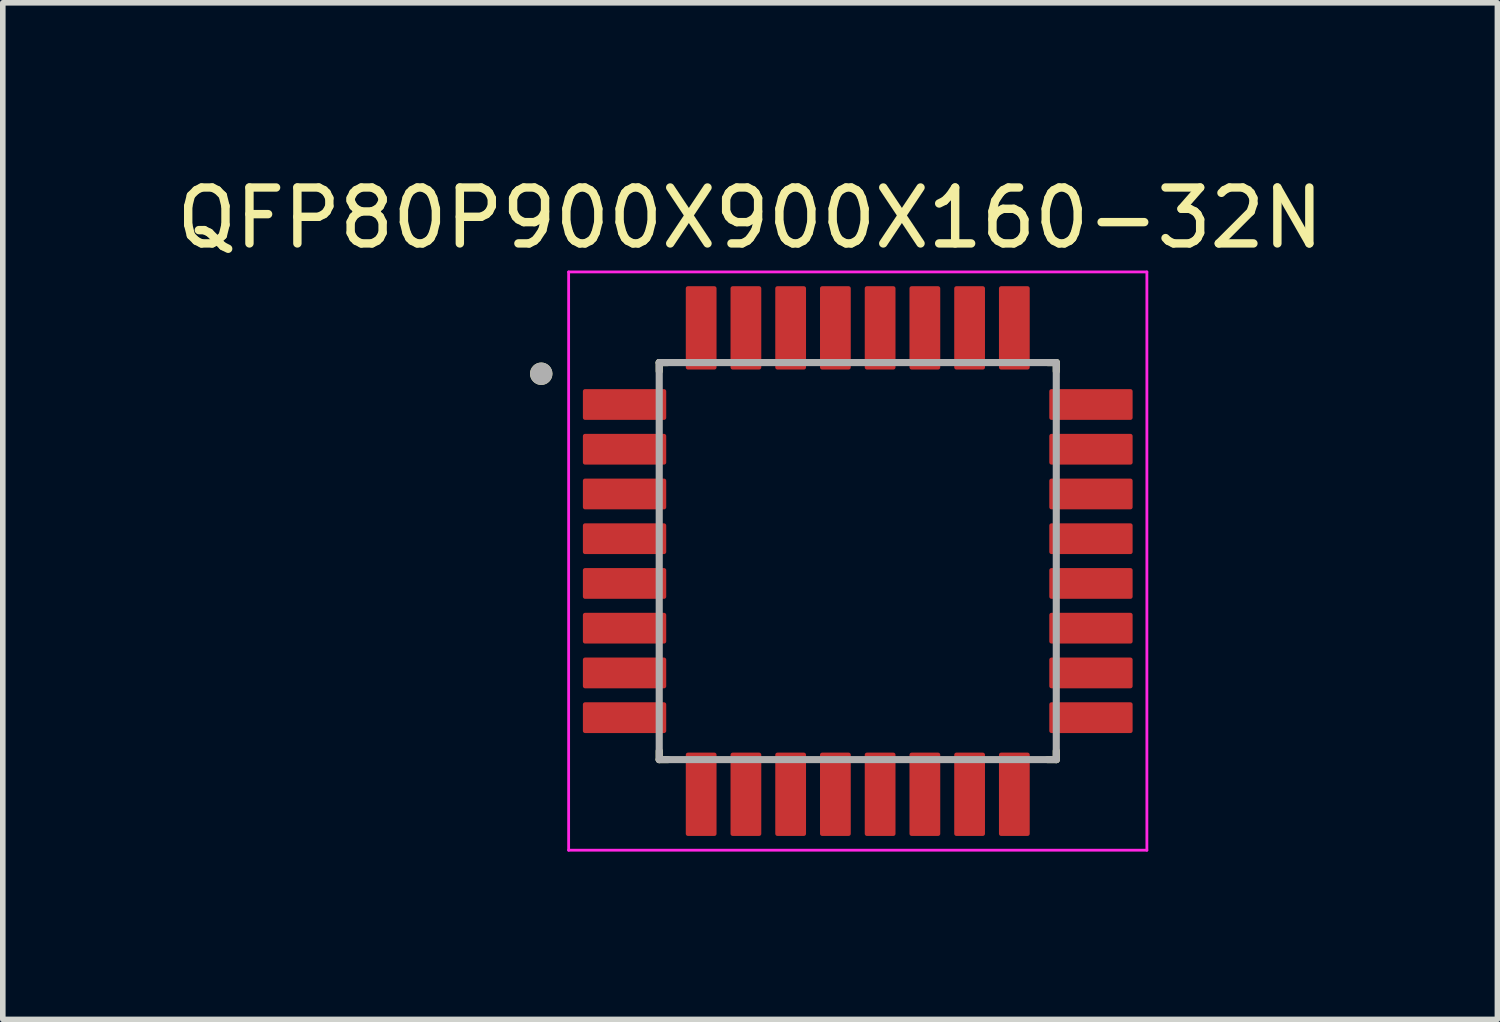
<source format=kicad_pcb>
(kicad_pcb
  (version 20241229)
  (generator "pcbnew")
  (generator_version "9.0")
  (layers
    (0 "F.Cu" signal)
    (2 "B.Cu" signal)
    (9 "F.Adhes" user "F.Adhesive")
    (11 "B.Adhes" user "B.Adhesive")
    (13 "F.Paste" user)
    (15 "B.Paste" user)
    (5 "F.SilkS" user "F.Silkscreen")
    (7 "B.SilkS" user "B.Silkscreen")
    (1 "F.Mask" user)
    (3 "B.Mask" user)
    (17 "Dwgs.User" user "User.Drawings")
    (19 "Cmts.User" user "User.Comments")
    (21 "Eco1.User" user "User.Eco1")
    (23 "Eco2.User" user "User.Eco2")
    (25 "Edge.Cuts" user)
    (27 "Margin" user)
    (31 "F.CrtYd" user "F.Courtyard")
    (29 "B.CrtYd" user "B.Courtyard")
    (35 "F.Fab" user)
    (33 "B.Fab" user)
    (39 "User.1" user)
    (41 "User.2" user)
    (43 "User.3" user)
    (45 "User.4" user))
  (footprint "QFP80P900X900X160-32N"
    (layer "F.Cu")
    (at 12.288 6.983)
    (property "Reference" "QFP80P900X900X160-32N" (at -1.925 -6.135 0) (layer "F.SilkS") (effects (font (size 1 1) (thickness 0.15))))
    (attr smd)
    (fp_line (start -3.55 -3.55) (end -3.55 -3.395) (stroke (width 0.127) (type solid)) (layer "F.SilkS"))
    (fp_line (start -3.55 -3.55) (end -3.395 -3.55) (stroke (width 0.127) (type solid)) (layer "F.SilkS"))
    (fp_line (start -3.55 3.55) (end -3.55 3.395) (stroke (width 0.127) (type solid)) (layer "F.SilkS"))
    (fp_line (start -3.55 3.55) (end -3.395 3.55) (stroke (width 0.127) (type solid)) (layer "F.SilkS"))
    (fp_line (start 3.55 -3.55) (end 3.395 -3.55) (stroke (width 0.127) (type solid)) (layer "F.SilkS"))
    (fp_line (start 3.55 -3.55) (end 3.55 -3.395) (stroke (width 0.127) (type solid)) (layer "F.SilkS"))
    (fp_line (start 3.55 3.55) (end 3.395 3.55) (stroke (width 0.127) (type solid)) (layer "F.SilkS"))
    (fp_line (start 3.55 3.55) (end 3.55 3.395) (stroke (width 0.127) (type solid)) (layer "F.SilkS"))
    (fp_circle (center -5.66 -3.35) (end -5.56 -3.35) (stroke (width 0.2) (type solid)) (fill no) (layer "F.SilkS"))
    (fp_line (start -5.17 -5.17) (end 5.17 -5.17) (stroke (width 0.05) (type solid)) (layer "F.CrtYd"))
    (fp_line (start -5.17 5.17) (end -5.17 -5.17) (stroke (width 0.05) (type solid)) (layer "F.CrtYd"))
    (fp_line (start -5.17 5.17) (end 5.17 5.17) (stroke (width 0.05) (type solid)) (layer "F.CrtYd"))
    (fp_line (start 5.17 5.17) (end 5.17 -5.17) (stroke (width 0.05) (type solid)) (layer "F.CrtYd"))
    (fp_line (start -3.55 3.55) (end -3.55 -3.55) (stroke (width 0.127) (type solid)) (layer "F.Fab"))
    (fp_line (start 3.55 -3.55) (end -3.55 -3.55) (stroke (width 0.127) (type solid)) (layer "F.Fab"))
    (fp_line (start 3.55 3.55) (end -3.55 3.55) (stroke (width 0.127) (type solid)) (layer "F.Fab"))
    (fp_line (start 3.55 3.55) (end 3.55 -3.55) (stroke (width 0.127) (type solid)) (layer "F.Fab"))
    (fp_circle (center -5.66 -3.35) (end -5.56 -3.35) (stroke (width 0.2) (type solid)) (fill no) (layer "F.Fab"))
    (pad "1" smd roundrect (at -4.17 -2.8) (size 1.49 0.55) (layers "F.Cu" "F.Mask" "F.Paste") (roundrect_rratio 0.07))
    (pad "2" smd roundrect (at -4.17 -2) (size 1.49 0.55) (layers "F.Cu" "F.Mask" "F.Paste") (roundrect_rratio 0.07))
    (pad "3" smd roundrect (at -4.17 -1.2) (size 1.49 0.55) (layers "F.Cu" "F.Mask" "F.Paste") (roundrect_rratio 0.07))
    (pad "4" smd roundrect (at -4.17 -0.4) (size 1.49 0.55) (layers "F.Cu" "F.Mask" "F.Paste") (roundrect_rratio 0.07))
    (pad "5" smd roundrect (at -4.17 0.4) (size 1.49 0.55) (layers "F.Cu" "F.Mask" "F.Paste") (roundrect_rratio 0.07))
    (pad "6" smd roundrect (at -4.17 1.2) (size 1.49 0.55) (layers "F.Cu" "F.Mask" "F.Paste") (roundrect_rratio 0.07))
    (pad "7" smd roundrect (at -4.17 2) (size 1.49 0.55) (layers "F.Cu" "F.Mask" "F.Paste") (roundrect_rratio 0.07))
    (pad "8" smd roundrect (at -4.17 2.8) (size 1.49 0.55) (layers "F.Cu" "F.Mask" "F.Paste") (roundrect_rratio 0.07))
    (pad "9" smd roundrect (at -2.8 4.17 90) (size 1.49 0.55) (layers "F.Cu" "F.Mask" "F.Paste") (roundrect_rratio 0.07))
    (pad "10" smd roundrect (at -2 4.17 90) (size 1.49 0.55) (layers "F.Cu" "F.Mask" "F.Paste") (roundrect_rratio 0.07))
    (pad "11" smd roundrect (at -1.2 4.17 90) (size 1.49 0.55) (layers "F.Cu" "F.Mask" "F.Paste") (roundrect_rratio 0.07))
    (pad "12" smd roundrect (at -0.4 4.17 90) (size 1.49 0.55) (layers "F.Cu" "F.Mask" "F.Paste") (roundrect_rratio 0.07))
    (pad "13" smd roundrect (at 0.4 4.17 90) (size 1.49 0.55) (layers "F.Cu" "F.Mask" "F.Paste") (roundrect_rratio 0.07))
    (pad "14" smd roundrect (at 1.2 4.17 90) (size 1.49 0.55) (layers "F.Cu" "F.Mask" "F.Paste") (roundrect_rratio 0.07))
    (pad "15" smd roundrect (at 2 4.17 90) (size 1.49 0.55) (layers "F.Cu" "F.Mask" "F.Paste") (roundrect_rratio 0.07))
    (pad "16" smd roundrect (at 2.8 4.17 90) (size 1.49 0.55) (layers "F.Cu" "F.Mask" "F.Paste") (roundrect_rratio 0.07))
    (pad "17" smd roundrect (at 4.17 2.8) (size 1.49 0.55) (layers "F.Cu" "F.Mask" "F.Paste") (roundrect_rratio 0.07))
    (pad "18" smd roundrect (at 4.17 2) (size 1.49 0.55) (layers "F.Cu" "F.Mask" "F.Paste") (roundrect_rratio 0.07))
    (pad "19" smd roundrect (at 4.17 1.2) (size 1.49 0.55) (layers "F.Cu" "F.Mask" "F.Paste") (roundrect_rratio 0.07))
    (pad "20" smd roundrect (at 4.17 0.4) (size 1.49 0.55) (layers "F.Cu" "F.Mask" "F.Paste") (roundrect_rratio 0.07))
    (pad "21" smd roundrect (at 4.17 -0.4) (size 1.49 0.55) (layers "F.Cu" "F.Mask" "F.Paste") (roundrect_rratio 0.07))
    (pad "22" smd roundrect (at 4.17 -1.2) (size 1.49 0.55) (layers "F.Cu" "F.Mask" "F.Paste") (roundrect_rratio 0.07))
    (pad "23" smd roundrect (at 4.17 -2) (size 1.49 0.55) (layers "F.Cu" "F.Mask" "F.Paste") (roundrect_rratio 0.07))
    (pad "24" smd roundrect (at 4.17 -2.8) (size 1.49 0.55) (layers "F.Cu" "F.Mask" "F.Paste") (roundrect_rratio 0.07))
    (pad "25" smd roundrect (at 2.8 -4.17 90) (size 1.49 0.55) (layers "F.Cu" "F.Mask" "F.Paste") (roundrect_rratio 0.07))
    (pad "26" smd roundrect (at 2 -4.17 90) (size 1.49 0.55) (layers "F.Cu" "F.Mask" "F.Paste") (roundrect_rratio 0.07))
    (pad "27" smd roundrect (at 1.2 -4.17 90) (size 1.49 0.55) (layers "F.Cu" "F.Mask" "F.Paste") (roundrect_rratio 0.07))
    (pad "28" smd roundrect (at 0.4 -4.17 90) (size 1.49 0.55) (layers "F.Cu" "F.Mask" "F.Paste") (roundrect_rratio 0.07))
    (pad "29" smd roundrect (at -0.4 -4.17 90) (size 1.49 0.55) (layers "F.Cu" "F.Mask" "F.Paste") (roundrect_rratio 0.07))
    (pad "30" smd roundrect (at -1.2 -4.17 90) (size 1.49 0.55) (layers "F.Cu" "F.Mask" "F.Paste") (roundrect_rratio 0.07))
    (pad "31" smd roundrect (at -2 -4.17 90) (size 1.49 0.55) (layers "F.Cu" "F.Mask" "F.Paste") (roundrect_rratio 0.07))
    (pad "32" smd roundrect (at -2.8 -4.17 90) (size 1.49 0.55) (layers "F.Cu" "F.Mask" "F.Paste") (roundrect_rratio 0.07)))
  (gr_rect
    (start -3 -3)
    (end 23.726 15.178)
    (stroke (width 0.1) (type default))
    (fill no)
    (layer "Edge.Cuts")))
</source>
